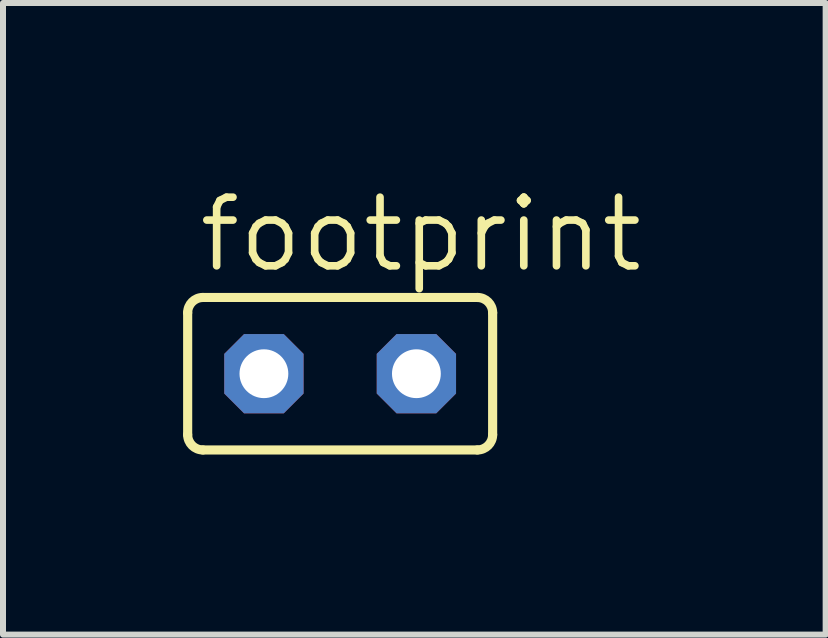
<source format=kicad_pcb>
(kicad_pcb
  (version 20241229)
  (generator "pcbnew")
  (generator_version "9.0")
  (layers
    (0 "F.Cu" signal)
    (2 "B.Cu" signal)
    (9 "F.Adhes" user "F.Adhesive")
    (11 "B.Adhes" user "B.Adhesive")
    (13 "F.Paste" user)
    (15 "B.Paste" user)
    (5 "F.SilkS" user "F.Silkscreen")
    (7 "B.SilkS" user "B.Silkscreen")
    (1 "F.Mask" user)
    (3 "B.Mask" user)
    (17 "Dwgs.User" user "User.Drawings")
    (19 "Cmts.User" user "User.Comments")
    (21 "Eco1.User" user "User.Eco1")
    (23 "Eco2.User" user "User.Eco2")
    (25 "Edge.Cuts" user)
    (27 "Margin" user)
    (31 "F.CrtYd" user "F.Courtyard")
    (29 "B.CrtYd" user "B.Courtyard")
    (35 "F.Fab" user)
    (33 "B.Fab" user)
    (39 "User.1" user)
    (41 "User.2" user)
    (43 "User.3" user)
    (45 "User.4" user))
  (footprint "footprint"
    (layer "F.Cu")
    (at 2.616 3.175)
    (property "Reference" "footprint" (at -2.413 -1.651 0) (layer "F.SilkS") (effects (font (size 1.143 1.143) (thickness 0.127)) (justify left bottom)))
    (fp_line (start -2.54 -1.016) (end -2.54 1.016) (stroke (width 0.152) (type solid)) (layer "F.SilkS"))
    (fp_line (start -2.286 1.27) (end 2.286 1.27) (stroke (width 0.152) (type solid)) (layer "F.SilkS"))
    (fp_line (start 2.286 -1.27) (end -2.286 -1.27) (stroke (width 0.152) (type solid)) (layer "F.SilkS"))
    (fp_line (start 2.54 1.016) (end 2.54 -1.016) (stroke (width 0.152) (type solid)) (layer "F.SilkS"))
    (fp_arc (start -2.54 -1.016) (mid -2.465605 -1.195605) (end -2.286 -1.27) (stroke (width 0.1524) (type solid)) (layer "F.SilkS"))
    (fp_arc (start -2.286 1.27) (mid -2.465605 1.195605) (end -2.54 1.016) (stroke (width 0.1524) (type solid)) (layer "F.SilkS"))
    (fp_arc (start 2.286 -1.27) (mid 2.465605 -1.195605) (end 2.54 -1.016) (stroke (width 0.1524) (type solid)) (layer "F.SilkS"))
    (fp_arc (start 2.54 1.016) (mid 2.465605 1.195605) (end 2.286 1.27) (stroke (width 0.1524) (type solid)) (layer "F.SilkS"))
    (pad "1" thru_hole roundrect (at -1.27 0) (size 1.321 1.321) (drill 0.813) (layers "*.Cu" "*.Mask") (roundrect_rratio 0.25) (chamfer_ratio 0.25) (chamfer top_left top_right bottom_left bottom_right))
    (pad "2" thru_hole roundrect (at 1.27 0) (size 1.321 1.321) (drill 0.813) (layers "*.Cu" "*.Mask") (roundrect_rratio 0.25) (chamfer_ratio 0.25) (chamfer top_left top_right bottom_left bottom_right)))
  (gr_rect
    (start -3 -3)
    (end 10.703 7.521)
    (stroke (width 0.1) (type default))
    (fill no)
    (layer "Edge.Cuts")))
</source>
